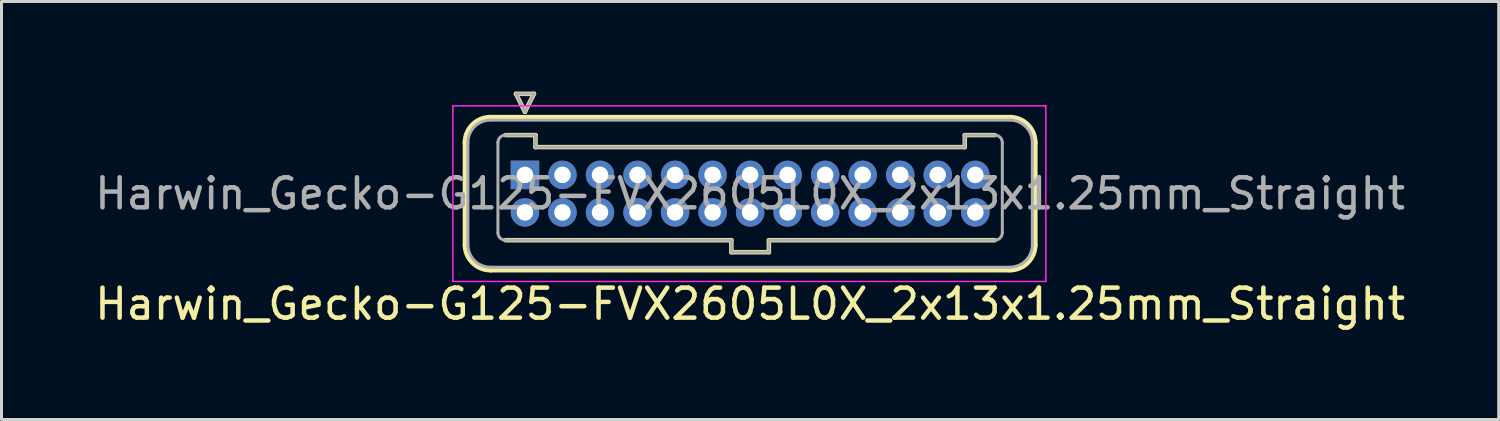
<source format=kicad_pcb>
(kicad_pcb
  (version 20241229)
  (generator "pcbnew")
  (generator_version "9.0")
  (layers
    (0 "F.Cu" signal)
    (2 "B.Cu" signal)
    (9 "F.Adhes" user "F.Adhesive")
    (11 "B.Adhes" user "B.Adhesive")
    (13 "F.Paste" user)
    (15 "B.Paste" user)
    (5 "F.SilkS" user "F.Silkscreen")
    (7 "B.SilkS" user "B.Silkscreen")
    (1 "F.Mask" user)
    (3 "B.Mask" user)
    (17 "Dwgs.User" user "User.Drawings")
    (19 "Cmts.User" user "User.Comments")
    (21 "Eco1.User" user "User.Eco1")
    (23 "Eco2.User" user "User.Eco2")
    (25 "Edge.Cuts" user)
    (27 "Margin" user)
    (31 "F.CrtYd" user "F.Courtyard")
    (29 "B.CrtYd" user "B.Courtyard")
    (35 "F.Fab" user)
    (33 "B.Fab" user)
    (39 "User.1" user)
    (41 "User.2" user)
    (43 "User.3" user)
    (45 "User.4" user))
  (footprint "Harwin_Gecko-G125-FVX2605L0X_2x13x1.25mm_Straight"
    (layer "F.Cu")
    (at 14.435 2.775)
    (property "Reference" "Harwin_Gecko-G125-FVX2605L0X_2x13x1.25mm_Straight" (at 7.5 4.3 0) (layer "F.SilkS") (effects (font (size 1 1) (thickness 0.15))))
    (attr through_hole)
    (fp_line (start -2 -1.075) (end -2 2.325) (stroke (width 0.15) (type solid)) (layer "F.SilkS"))
    (fp_line (start -1.15 -1.925) (end 16.15 -1.925) (stroke (width 0.15) (type solid)) (layer "F.SilkS"))
    (fp_line (start -1.15 3.175) (end 16.15 3.175) (stroke (width 0.15) (type solid)) (layer "F.SilkS"))
    (fp_line (start -0.65 -1.325) (end 0.35 -1.325) (stroke (width 0.15) (type solid)) (layer "F.SilkS"))
    (fp_line (start -0.65 2.175) (end 6.875 2.175) (stroke (width 0.15) (type solid)) (layer "F.SilkS"))
    (fp_line (start -0.3 -2.7) (end 0.3 -2.7) (stroke (width 0.15) (type solid)) (layer "F.SilkS"))
    (fp_line (start 0 -2.1) (end -0.3 -2.7) (stroke (width 0.15) (type solid)) (layer "F.SilkS"))
    (fp_line (start 0.3 -2.7) (end 0 -2.1) (stroke (width 0.15) (type solid)) (layer "F.SilkS"))
    (fp_line (start 0.35 -1.325) (end 0.35 -0.925) (stroke (width 0.15) (type solid)) (layer "F.SilkS"))
    (fp_line (start 0.35 -0.925) (end 14.65 -0.925) (stroke (width 0.15) (type solid)) (layer "F.SilkS"))
    (fp_line (start 6.875 2.175) (end 6.875 2.575) (stroke (width 0.15) (type solid)) (layer "F.SilkS"))
    (fp_line (start 6.875 2.575) (end 8.125 2.575) (stroke (width 0.15) (type solid)) (layer "F.SilkS"))
    (fp_line (start 8.125 2.175) (end 15.65 2.175) (stroke (width 0.15) (type solid)) (layer "F.SilkS"))
    (fp_line (start 8.125 2.575) (end 8.125 2.175) (stroke (width 0.15) (type solid)) (layer "F.SilkS"))
    (fp_line (start 14.65 -1.325) (end 15.65 -1.325) (stroke (width 0.15) (type solid)) (layer "F.SilkS"))
    (fp_line (start 14.65 -0.925) (end 14.65 -1.325) (stroke (width 0.15) (type solid)) (layer "F.SilkS"))
    (fp_line (start 17 -1.075) (end 17 2.325) (stroke (width 0.15) (type solid)) (layer "F.SilkS"))
    (fp_arc (start -2 -1.075) (mid -1.751041 -1.676041) (end -1.15 -1.925) (stroke (width 0.15) (type solid)) (layer "F.SilkS"))
    (fp_arc (start -1.15 3.175) (mid -1.751041 2.926041) (end -2 2.325) (stroke (width 0.15) (type solid)) (layer "F.SilkS"))
    (fp_arc (start 16.15 -1.925) (mid 16.751041 -1.676041) (end 17 -1.075) (stroke (width 0.15) (type solid)) (layer "F.SilkS"))
    (fp_arc (start 17 2.325) (mid 16.751041 2.926041) (end 16.15 3.175) (stroke (width 0.15) (type solid)) (layer "F.SilkS"))
    (fp_line (start -2.4 -2.3) (end -2.4 3.55) (stroke (width 0.05) (type solid)) (layer "F.CrtYd"))
    (fp_line (start -2.4 3.55) (end 17.35 3.55) (stroke (width 0.05) (type solid)) (layer "F.CrtYd"))
    (fp_line (start 17.35 -2.3) (end -2.4 -2.3) (stroke (width 0.05) (type solid)) (layer "F.CrtYd"))
    (fp_line (start 17.35 3.55) (end 17.35 -2.3) (stroke (width 0.05) (type solid)) (layer "F.CrtYd"))
    (fp_line (start -1.9 -1.075) (end -1.9 2.325) (stroke (width 0.1) (type solid)) (layer "F.Fab"))
    (fp_line (start -1.15 -1.825) (end 16.15 -1.825) (stroke (width 0.1) (type solid)) (layer "F.Fab"))
    (fp_line (start -1.15 3.075) (end 16.15 3.075) (stroke (width 0.1) (type solid)) (layer "F.Fab"))
    (fp_line (start -0.9 -1.075) (end -0.9 1.925) (stroke (width 0.1) (type solid)) (layer "F.Fab"))
    (fp_line (start -0.65 -1.325) (end 0.35 -1.325) (stroke (width 0.1) (type solid)) (layer "F.Fab"))
    (fp_line (start -0.65 2.175) (end 6.875 2.175) (stroke (width 0.1) (type solid)) (layer "F.Fab"))
    (fp_line (start -0.3 -2.7) (end 0.3 -2.7) (stroke (width 0.1) (type solid)) (layer "F.Fab"))
    (fp_line (start 0 -2.1) (end -0.3 -2.7) (stroke (width 0.1) (type solid)) (layer "F.Fab"))
    (fp_line (start 0.3 -2.7) (end 0 -2.1) (stroke (width 0.1) (type solid)) (layer "F.Fab"))
    (fp_line (start 0.35 -1.325) (end 0.35 -0.925) (stroke (width 0.1) (type solid)) (layer "F.Fab"))
    (fp_line (start 0.35 -0.925) (end 14.65 -0.925) (stroke (width 0.1) (type solid)) (layer "F.Fab"))
    (fp_line (start 6.875 2.175) (end 6.875 2.575) (stroke (width 0.1) (type solid)) (layer "F.Fab"))
    (fp_line (start 6.875 2.575) (end 8.125 2.575) (stroke (width 0.1) (type solid)) (layer "F.Fab"))
    (fp_line (start 8.125 2.175) (end 15.65 2.175) (stroke (width 0.1) (type solid)) (layer "F.Fab"))
    (fp_line (start 8.125 2.575) (end 8.125 2.175) (stroke (width 0.1) (type solid)) (layer "F.Fab"))
    (fp_line (start 14.65 -1.325) (end 15.65 -1.325) (stroke (width 0.1) (type solid)) (layer "F.Fab"))
    (fp_line (start 14.65 -0.925) (end 14.65 -1.325) (stroke (width 0.1) (type solid)) (layer "F.Fab"))
    (fp_line (start 15.9 -1.075) (end 15.9 1.925) (stroke (width 0.1) (type solid)) (layer "F.Fab"))
    (fp_line (start 16.9 -1.075) (end 16.9 2.325) (stroke (width 0.1) (type solid)) (layer "F.Fab"))
    (fp_arc (start -1.9 -1.075) (mid -1.68033 -1.60533) (end -1.15 -1.825) (stroke (width 0.1) (type solid)) (layer "F.Fab"))
    (fp_arc (start -1.15 3.075) (mid -1.68033 2.85533) (end -1.9 2.325) (stroke (width 0.1) (type solid)) (layer "F.Fab"))
    (fp_arc (start -0.9 -1.075) (mid -0.826777 -1.251777) (end -0.65 -1.325) (stroke (width 0.1) (type solid)) (layer "F.Fab"))
    (fp_arc (start -0.65 2.175) (mid -0.826777 2.101777) (end -0.9 1.925) (stroke (width 0.1) (type solid)) (layer "F.Fab"))
    (fp_arc (start 15.65 -1.325) (mid 15.826777 -1.251777) (end 15.9 -1.075) (stroke (width 0.1) (type solid)) (layer "F.Fab"))
    (fp_arc (start 15.9 1.925) (mid 15.826777 2.101777) (end 15.65 2.175) (stroke (width 0.1) (type solid)) (layer "F.Fab"))
    (fp_arc (start 16.15 -1.825) (mid 16.68033 -1.60533) (end 16.9 -1.075) (stroke (width 0.1) (type solid)) (layer "F.Fab"))
    (fp_arc (start 16.9 2.325) (mid 16.68033 2.85533) (end 16.15 3.075) (stroke (width 0.1) (type solid)) (layer "F.Fab"))
    (fp_text user "${REFERENCE}" (at 7.5 0.625 0) (layer "F.Fab") (effects (font (size 1 1) (thickness 0.15))))
    (pad "1" thru_hole rect (at 0 0) (size 0.95 0.95) (drill 0.55) (layers "*.Cu" "*.Mask"))
    (pad "2" thru_hole circle (at 1.25 0) (size 0.95 0.95) (drill 0.55) (layers "*.Cu" "*.Mask"))
    (pad "3" thru_hole circle (at 2.5 0) (size 0.95 0.95) (drill 0.55) (layers "*.Cu" "*.Mask"))
    (pad "4" thru_hole circle (at 3.75 0) (size 0.95 0.95) (drill 0.55) (layers "*.Cu" "*.Mask"))
    (pad "5" thru_hole circle (at 5 0) (size 0.95 0.95) (drill 0.55) (layers "*.Cu" "*.Mask"))
    (pad "6" thru_hole circle (at 6.25 0) (size 0.95 0.95) (drill 0.55) (layers "*.Cu" "*.Mask"))
    (pad "7" thru_hole circle (at 7.5 0) (size 0.95 0.95) (drill 0.55) (layers "*.Cu" "*.Mask"))
    (pad "8" thru_hole circle (at 8.75 0) (size 0.95 0.95) (drill 0.55) (layers "*.Cu" "*.Mask"))
    (pad "9" thru_hole circle (at 10 0) (size 0.95 0.95) (drill 0.55) (layers "*.Cu" "*.Mask"))
    (pad "10" thru_hole circle (at 11.25 0) (size 0.95 0.95) (drill 0.55) (layers "*.Cu" "*.Mask"))
    (pad "11" thru_hole circle (at 12.5 0) (size 0.95 0.95) (drill 0.55) (layers "*.Cu" "*.Mask"))
    (pad "12" thru_hole circle (at 13.75 0) (size 0.95 0.95) (drill 0.55) (layers "*.Cu" "*.Mask"))
    (pad "13" thru_hole circle (at 15 0) (size 0.95 0.95) (drill 0.55) (layers "*.Cu" "*.Mask"))
    (pad "14" thru_hole circle (at 0 1.25) (size 0.95 0.95) (drill 0.55) (layers "*.Cu" "*.Mask"))
    (pad "15" thru_hole circle (at 1.25 1.25) (size 0.95 0.95) (drill 0.55) (layers "*.Cu" "*.Mask"))
    (pad "16" thru_hole circle (at 2.5 1.25) (size 0.95 0.95) (drill 0.55) (layers "*.Cu" "*.Mask"))
    (pad "17" thru_hole circle (at 3.75 1.25) (size 0.95 0.95) (drill 0.55) (layers "*.Cu" "*.Mask"))
    (pad "18" thru_hole circle (at 5 1.25) (size 0.95 0.95) (drill 0.55) (layers "*.Cu" "*.Mask"))
    (pad "19" thru_hole circle (at 6.25 1.25) (size 0.95 0.95) (drill 0.55) (layers "*.Cu" "*.Mask"))
    (pad "20" thru_hole circle (at 7.5 1.25) (size 0.95 0.95) (drill 0.55) (layers "*.Cu" "*.Mask"))
    (pad "21" thru_hole circle (at 8.75 1.25) (size 0.95 0.95) (drill 0.55) (layers "*.Cu" "*.Mask"))
    (pad "22" thru_hole circle (at 10 1.25) (size 0.95 0.95) (drill 0.55) (layers "*.Cu" "*.Mask"))
    (pad "23" thru_hole circle (at 11.25 1.25) (size 0.95 0.95) (drill 0.55) (layers "*.Cu" "*.Mask"))
    (pad "24" thru_hole circle (at 12.5 1.25) (size 0.95 0.95) (drill 0.55) (layers "*.Cu" "*.Mask"))
    (pad "25" thru_hole circle (at 13.75 1.25) (size 0.95 0.95) (drill 0.55) (layers "*.Cu" "*.Mask"))
    (pad "26" thru_hole circle (at 15 1.25) (size 0.95 0.95) (drill 0.55) (layers "*.Cu" "*.Mask")))
  (gr_rect
    (start -3 -3)
    (end 46.869 10.923)
    (stroke (width 0.1) (type default))
    (fill no)
    (layer "Edge.Cuts")))
</source>
